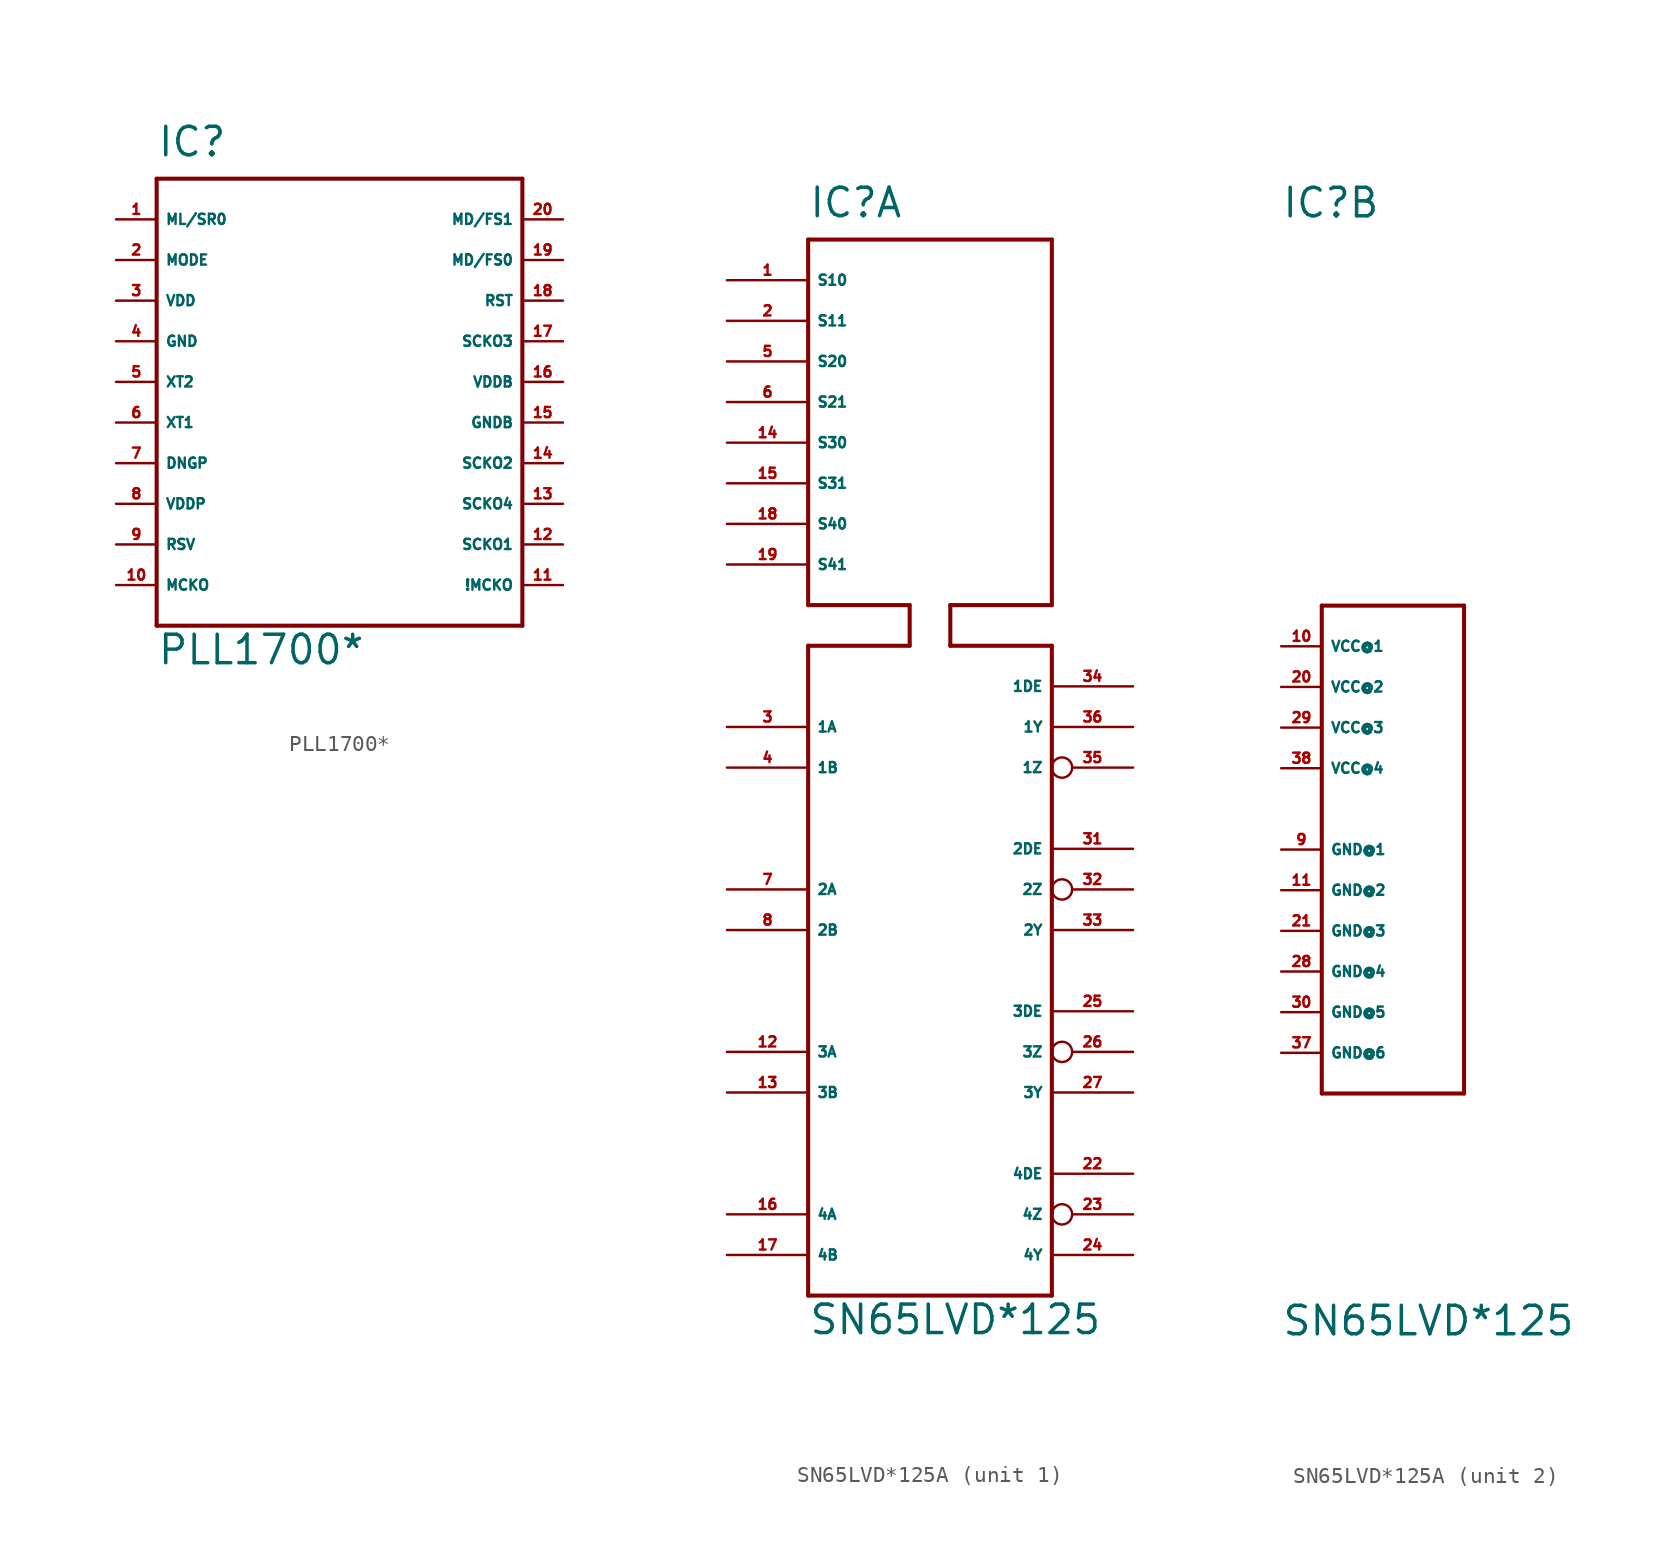
<source format=kicad_sym>
(kicad_symbol_lib
  (version 20220914)
  (generator Eagle2Kicad)
  (symbol "PLL1700*"
    (property "Reference" "IC"
      (at -10.16 13.97 0)
      (effects (font (size 1.778 1.778) (thickness 0.22)) (justify left bottom)))
    (property "Value" "PLL1700*"
      (at -10.16 -17.78 0)
      (effects (font (size 1.778 1.778) (thickness 0.22)) (justify left bottom)))
    (polyline
      (pts (xy -10.16 12.7) (xy 12.7 12.7))
      (stroke (width 0.254) (type default))
      (fill (type none)))
    (polyline
      (pts (xy 12.7 12.7) (xy 12.7 -15.24))
      (stroke (width 0.254) (type default))
      (fill (type none)))
    (polyline
      (pts (xy 12.7 -15.24) (xy -10.16 -15.24))
      (stroke (width 0.254) (type default))
      (fill (type none)))
    (polyline
      (pts (xy -10.16 -15.24) (xy -10.16 12.7))
      (stroke (width 0.254) (type default))
      (fill (type none)))
    (pin input line
      (at -12.7 10.16 0)
      (length 2.54)
      (name "ML/SR0" (effects (font (size 0.635 0.635) (thickness 0.08)) (justify left bottom)))
      (number "1" (effects (font (size 0.635 0.635) (thickness 0.08)) (justify left bottom))))
    (pin input line
      (at -12.7 7.62 0)
      (length 2.54)
      (name "MODE" (effects (font (size 0.635 0.635) (thickness 0.08)) (justify left bottom)))
      (number "2" (effects (font (size 0.635 0.635) (thickness 0.08)) (justify left bottom))))
    (pin input line
      (at -12.7 5.08 0)
      (length 2.54)
      (name "VDD" (effects (font (size 0.635 0.635) (thickness 0.08)) (justify left bottom)))
      (number "3" (effects (font (size 0.635 0.635) (thickness 0.08)) (justify left bottom))))
    (pin unspecified line
      (at -12.7 2.54 0)
      (length 2.54)
      (name "GND" (effects (font (size 0.635 0.635) (thickness 0.08)) (justify left bottom)))
      (number "4" (effects (font (size 0.635 0.635) (thickness 0.08)) (justify left bottom))))
    (pin input line
      (at -12.7 0 0)
      (length 2.54)
      (name "XT2" (effects (font (size 0.635 0.635) (thickness 0.08)) (justify left bottom)))
      (number "5" (effects (font (size 0.635 0.635) (thickness 0.08)) (justify left bottom))))
    (pin input line
      (at -12.7 -2.54 0)
      (length 2.54)
      (name "XT1" (effects (font (size 0.635 0.635) (thickness 0.08)) (justify left bottom)))
      (number "6" (effects (font (size 0.635 0.635) (thickness 0.08)) (justify left bottom))))
    (pin unspecified line
      (at -12.7 -5.08 0)
      (length 2.54)
      (name "DNGP" (effects (font (size 0.635 0.635) (thickness 0.08)) (justify left bottom)))
      (number "7" (effects (font (size 0.635 0.635) (thickness 0.08)) (justify left bottom))))
    (pin unspecified line
      (at -12.7 -7.62 0)
      (length 2.54)
      (name "VDDP" (effects (font (size 0.635 0.635) (thickness 0.08)) (justify left bottom)))
      (number "8" (effects (font (size 0.635 0.635) (thickness 0.08)) (justify left bottom))))
    (pin passive line
      (at -12.7 -10.16 0)
      (length 2.54)
      (name "RSV" (effects (font (size 0.635 0.635) (thickness 0.08)) (justify left bottom)))
      (number "9" (effects (font (size 0.635 0.635) (thickness 0.08)) (justify left bottom))))
    (pin output line
      (at -12.7 -12.7 0)
      (length 2.54)
      (name "MCKO" (effects (font (size 0.635 0.635) (thickness 0.08)) (justify left bottom)))
      (number "10" (effects (font (size 0.635 0.635) (thickness 0.08)) (justify left bottom))))
    (pin output line
      (at 15.24 -12.7 180)
      (length 2.54)
      (name "!MCKO" (effects (font (size 0.635 0.635) (thickness 0.08)) (justify left bottom)))
      (number "11" (effects (font (size 0.635 0.635) (thickness 0.08)) (justify left bottom))))
    (pin output line
      (at 15.24 -10.16 180)
      (length 2.54)
      (name "SCKO1" (effects (font (size 0.635 0.635) (thickness 0.08)) (justify left bottom)))
      (number "12" (effects (font (size 0.635 0.635) (thickness 0.08)) (justify left bottom))))
    (pin output line
      (at 15.24 -7.62 180)
      (length 2.54)
      (name "SCKO4" (effects (font (size 0.635 0.635) (thickness 0.08)) (justify left bottom)))
      (number "13" (effects (font (size 0.635 0.635) (thickness 0.08)) (justify left bottom))))
    (pin output line
      (at 15.24 -5.08 180)
      (length 2.54)
      (name "SCKO2" (effects (font (size 0.635 0.635) (thickness 0.08)) (justify left bottom)))
      (number "14" (effects (font (size 0.635 0.635) (thickness 0.08)) (justify left bottom))))
    (pin unspecified line
      (at 15.24 -2.54 180)
      (length 2.54)
      (name "GNDB" (effects (font (size 0.635 0.635) (thickness 0.08)) (justify left bottom)))
      (number "15" (effects (font (size 0.635 0.635) (thickness 0.08)) (justify left bottom))))
    (pin unspecified line
      (at 15.24 0 180)
      (length 2.54)
      (name "VDDB" (effects (font (size 0.635 0.635) (thickness 0.08)) (justify left bottom)))
      (number "16" (effects (font (size 0.635 0.635) (thickness 0.08)) (justify left bottom))))
    (pin output line
      (at 15.24 2.54 180)
      (length 2.54)
      (name "SCKO3" (effects (font (size 0.635 0.635) (thickness 0.08)) (justify left bottom)))
      (number "17" (effects (font (size 0.635 0.635) (thickness 0.08)) (justify left bottom))))
    (pin input line
      (at 15.24 5.08 180)
      (length 2.54)
      (name "RST" (effects (font (size 0.635 0.635) (thickness 0.08)) (justify left bottom)))
      (number "18" (effects (font (size 0.635 0.635) (thickness 0.08)) (justify left bottom))))
    (pin input line
      (at 15.24 7.62 180)
      (length 2.54)
      (name "MD/FS0" (effects (font (size 0.635 0.635) (thickness 0.08)) (justify left bottom)))
      (number "19" (effects (font (size 0.635 0.635) (thickness 0.08)) (justify left bottom))))
    (pin input line
      (at 15.24 10.16 180)
      (length 2.54)
      (name "MD/FS1" (effects (font (size 0.635 0.635) (thickness 0.08)) (justify left bottom)))
      (number "20" (effects (font (size 0.635 0.635) (thickness 0.08)) (justify left bottom)))))
  (symbol "SN65LVD*125A"
    (property "Reference" "IC"
      (at -7.62 36.83 0)
      (effects (font (size 1.778 1.778) (thickness 0.22)) (justify left bottom)))
    (property "Value" "SN65LVD*125"
      (at -7.62 -33.02 0)
      (effects (font (size 1.778 1.778) (thickness 0.22)) (justify left bottom)))
    (symbol "SN65LVD*125A_1_0"
      (polyline (pts (xy -7.62 -30.48) (xy 7.62 -30.48)) (stroke (width 0.254) (type default)) (fill (type none)))
      (polyline (pts (xy 7.62 -30.48) (xy 7.62 10.16)) (stroke (width 0.254) (type default)) (fill (type none)))
      (polyline (pts (xy 7.62 10.16) (xy 1.27 10.16)) (stroke (width 0.254) (type default)) (fill (type none)))
      (polyline (pts (xy 1.27 12.7) (xy 7.62 12.7)) (stroke (width 0.254) (type default)) (fill (type none)))
      (polyline (pts (xy 7.62 12.7) (xy 7.62 35.56)) (stroke (width 0.254) (type default)) (fill (type none)))
      (polyline (pts (xy 7.62 35.56) (xy -7.62 35.56)) (stroke (width 0.254) (type default)) (fill (type none)))
      (polyline (pts (xy -7.62 35.56) (xy -7.62 12.7)) (stroke (width 0.254) (type default)) (fill (type none)))
      (polyline (pts (xy -7.62 12.7) (xy -1.27 12.7)) (stroke (width 0.254) (type default)) (fill (type none)))
      (polyline (pts (xy -1.27 12.7) (xy -1.27 10.16)) (stroke (width 0.254) (type default)) (fill (type none)))
      (polyline (pts (xy -1.27 10.16) (xy -7.62 10.16)) (stroke (width 0.254) (type default)) (fill (type none)))
      (polyline (pts (xy -7.62 10.16) (xy -7.62 -30.48)) (stroke (width 0.254) (type default)) (fill (type none)))
      (polyline (pts (xy 1.27 12.7) (xy 1.27 10.16)) (stroke (width 0.254) (type default)) (fill (type none)))
      (pin input line (at -12.7 5.08 0) (length 5.08) (name "1A" (effects (font (size 0.635 0.635) (thickness 0.08)) (justify left bottom))) (number "3" (effects (font (size 0.635 0.635) (thickness 0.08)) (justify left bottom))))
      (pin input line (at -12.7 2.54 0) (length 5.08) (name "1B" (effects (font (size 0.635 0.635) (thickness 0.08)) (justify left bottom))) (number "4" (effects (font (size 0.635 0.635) (thickness 0.08)) (justify left bottom))))
      (pin input line (at -12.7 -5.08 0) (length 5.08) (name "2A" (effects (font (size 0.635 0.635) (thickness 0.08)) (justify left bottom))) (number "7" (effects (font (size 0.635 0.635) (thickness 0.08)) (justify left bottom))))
      (pin input line (at -12.7 -7.62 0) (length 5.08) (name "2B" (effects (font (size 0.635 0.635) (thickness 0.08)) (justify left bottom))) (number "8" (effects (font (size 0.635 0.635) (thickness 0.08)) (justify left bottom))))
      (pin input line (at -12.7 -15.24 0) (length 5.08) (name "3A" (effects (font (size 0.635 0.635) (thickness 0.08)) (justify left bottom))) (number "12" (effects (font (size 0.635 0.635) (thickness 0.08)) (justify left bottom))))
      (pin input line (at -12.7 -17.78 0) (length 5.08) (name "3B" (effects (font (size 0.635 0.635) (thickness 0.08)) (justify left bottom))) (number "13" (effects (font (size 0.635 0.635) (thickness 0.08)) (justify left bottom))))
      (pin input line (at -12.7 -25.4 0) (length 5.08) (name "4A" (effects (font (size 0.635 0.635) (thickness 0.08)) (justify left bottom))) (number "16" (effects (font (size 0.635 0.635) (thickness 0.08)) (justify left bottom))))
      (pin input line (at -12.7 -27.94 0) (length 5.08) (name "4B" (effects (font (size 0.635 0.635) (thickness 0.08)) (justify left bottom))) (number "17" (effects (font (size 0.635 0.635) (thickness 0.08)) (justify left bottom))))
      (pin input line (at 12.7 7.62 180) (length 5.08) (name "1DE" (effects (font (size 0.635 0.635) (thickness 0.08)) (justify left bottom))) (number "34" (effects (font (size 0.635 0.635) (thickness 0.08)) (justify left bottom))))
      (pin input line (at 12.7 -2.54 180) (length 5.08) (name "2DE" (effects (font (size 0.635 0.635) (thickness 0.08)) (justify left bottom))) (number "31" (effects (font (size 0.635 0.635) (thickness 0.08)) (justify left bottom))))
      (pin input line (at 12.7 -12.7 180) (length 5.08) (name "3DE" (effects (font (size 0.635 0.635) (thickness 0.08)) (justify left bottom))) (number "25" (effects (font (size 0.635 0.635) (thickness 0.08)) (justify left bottom))))
      (pin input line (at 12.7 -22.86 180) (length 5.08) (name "4DE" (effects (font (size 0.635 0.635) (thickness 0.08)) (justify left bottom))) (number "22" (effects (font (size 0.635 0.635) (thickness 0.08)) (justify left bottom))))
      (pin output line (at 12.7 5.08 180) (length 5.08) (name "1Y" (effects (font (size 0.635 0.635) (thickness 0.08)) (justify left bottom))) (number "36" (effects (font (size 0.635 0.635) (thickness 0.08)) (justify left bottom))))
      (pin output inverted (at 12.7 2.54 180) (length 5.08) (name "1Z" (effects (font (size 0.635 0.635) (thickness 0.08)) (justify left bottom))) (number "35" (effects (font (size 0.635 0.635) (thickness 0.08)) (justify left bottom))))
      (pin output inverted (at 12.7 -5.08 180) (length 5.08) (name "2Z" (effects (font (size 0.635 0.635) (thickness 0.08)) (justify left bottom))) (number "32" (effects (font (size 0.635 0.635) (thickness 0.08)) (justify left bottom))))
      (pin output inverted (at 12.7 -15.24 180) (length 5.08) (name "3Z" (effects (font (size 0.635 0.635) (thickness 0.08)) (justify left bottom))) (number "26" (effects (font (size 0.635 0.635) (thickness 0.08)) (justify left bottom))))
      (pin output inverted (at 12.7 -25.4 180) (length 5.08) (name "4Z" (effects (font (size 0.635 0.635) (thickness 0.08)) (justify left bottom))) (number "23" (effects (font (size 0.635 0.635) (thickness 0.08)) (justify left bottom))))
      (pin output line (at 12.7 -7.62 180) (length 5.08) (name "2Y" (effects (font (size 0.635 0.635) (thickness 0.08)) (justify left bottom))) (number "33" (effects (font (size 0.635 0.635) (thickness 0.08)) (justify left bottom))))
      (pin output line (at 12.7 -17.78 180) (length 5.08) (name "3Y" (effects (font (size 0.635 0.635) (thickness 0.08)) (justify left bottom))) (number "27" (effects (font (size 0.635 0.635) (thickness 0.08)) (justify left bottom))))
      (pin output line (at 12.7 -27.94 180) (length 5.08) (name "4Y" (effects (font (size 0.635 0.635) (thickness 0.08)) (justify left bottom))) (number "24" (effects (font (size 0.635 0.635) (thickness 0.08)) (justify left bottom))))
      (pin input line (at -12.7 33.02 0) (length 5.08) (name "S10" (effects (font (size 0.635 0.635) (thickness 0.08)) (justify left bottom))) (number "1" (effects (font (size 0.635 0.635) (thickness 0.08)) (justify left bottom))))
      (pin input line (at -12.7 30.48 0) (length 5.08) (name "S11" (effects (font (size 0.635 0.635) (thickness 0.08)) (justify left bottom))) (number "2" (effects (font (size 0.635 0.635) (thickness 0.08)) (justify left bottom))))
      (pin input line (at -12.7 27.94 0) (length 5.08) (name "S20" (effects (font (size 0.635 0.635) (thickness 0.08)) (justify left bottom))) (number "5" (effects (font (size 0.635 0.635) (thickness 0.08)) (justify left bottom))))
      (pin input line (at -12.7 25.4 0) (length 5.08) (name "S21" (effects (font (size 0.635 0.635) (thickness 0.08)) (justify left bottom))) (number "6" (effects (font (size 0.635 0.635) (thickness 0.08)) (justify left bottom))))
      (pin input line (at -12.7 22.86 0) (length 5.08) (name "S30" (effects (font (size 0.635 0.635) (thickness 0.08)) (justify left bottom))) (number "14" (effects (font (size 0.635 0.635) (thickness 0.08)) (justify left bottom))))
      (pin input line (at -12.7 20.32 0) (length 5.08) (name "S31" (effects (font (size 0.635 0.635) (thickness 0.08)) (justify left bottom))) (number "15" (effects (font (size 0.635 0.635) (thickness 0.08)) (justify left bottom))))
      (pin input line (at -12.7 17.78 0) (length 5.08) (name "S40" (effects (font (size 0.635 0.635) (thickness 0.08)) (justify left bottom))) (number "18" (effects (font (size 0.635 0.635) (thickness 0.08)) (justify left bottom))))
      (pin input line (at -12.7 15.24 0) (length 5.08) (name "S41" (effects (font (size 0.635 0.635) (thickness 0.08)) (justify left bottom))) (number "19" (effects (font (size 0.635 0.635) (thickness 0.08)) (justify left bottom)))))
    (symbol "SN65LVD*125A_2_0"
      (polyline (pts (xy -5.08 12.7) (xy 3.81 12.7)) (stroke (width 0.254) (type default)) (fill (type none)))
      (polyline (pts (xy 3.81 12.7) (xy 3.81 -17.78)) (stroke (width 0.254) (type default)) (fill (type none)))
      (polyline (pts (xy 3.81 -17.78) (xy -5.08 -17.78)) (stroke (width 0.254) (type default)) (fill (type none)))
      (polyline (pts (xy -5.08 -17.78) (xy -5.08 12.7)) (stroke (width 0.254) (type default)) (fill (type none)))
      (pin input line (at -7.62 10.16 0) (length 2.54) (name "VCC@1" (effects (font (size 0.635 0.635) (thickness 0.08)) (justify left bottom))) (number "10" (effects (font (size 0.635 0.635) (thickness 0.08)) (justify left bottom))))
      (pin input line (at -7.62 7.62 0) (length 2.54) (name "VCC@2" (effects (font (size 0.635 0.635) (thickness 0.08)) (justify left bottom))) (number "20" (effects (font (size 0.635 0.635) (thickness 0.08)) (justify left bottom))))
      (pin input line (at -7.62 5.08 0) (length 2.54) (name "VCC@3" (effects (font (size 0.635 0.635) (thickness 0.08)) (justify left bottom))) (number "29" (effects (font (size 0.635 0.635) (thickness 0.08)) (justify left bottom))))
      (pin input line (at -7.62 2.54 0) (length 2.54) (name "VCC@4" (effects (font (size 0.635 0.635) (thickness 0.08)) (justify left bottom))) (number "38" (effects (font (size 0.635 0.635) (thickness 0.08)) (justify left bottom))))
      (pin input line (at -7.62 -2.54 0) (length 2.54) (name "GND@1" (effects (font (size 0.635 0.635) (thickness 0.08)) (justify left bottom))) (number "9" (effects (font (size 0.635 0.635) (thickness 0.08)) (justify left bottom))))
      (pin input line (at -7.62 -5.08 0) (length 2.54) (name "GND@2" (effects (font (size 0.635 0.635) (thickness 0.08)) (justify left bottom))) (number "11" (effects (font (size 0.635 0.635) (thickness 0.08)) (justify left bottom))))
      (pin input line (at -7.62 -7.62 0) (length 2.54) (name "GND@3" (effects (font (size 0.635 0.635) (thickness 0.08)) (justify left bottom))) (number "21" (effects (font (size 0.635 0.635) (thickness 0.08)) (justify left bottom))))
      (pin input line (at -7.62 -10.16 0) (length 2.54) (name "GND@4" (effects (font (size 0.635 0.635) (thickness 0.08)) (justify left bottom))) (number "28" (effects (font (size 0.635 0.635) (thickness 0.08)) (justify left bottom))))
      (pin input line (at -7.62 -12.7 0) (length 2.54) (name "GND@5" (effects (font (size 0.635 0.635) (thickness 0.08)) (justify left bottom))) (number "30" (effects (font (size 0.635 0.635) (thickness 0.08)) (justify left bottom))))
      (pin input line (at -7.62 -15.24 0) (length 2.54) (name "GND@6" (effects (font (size 0.635 0.635) (thickness 0.08)) (justify left bottom))) (number "37" (effects (font (size 0.635 0.635) (thickness 0.08)) (justify left bottom)))))))
</source>
